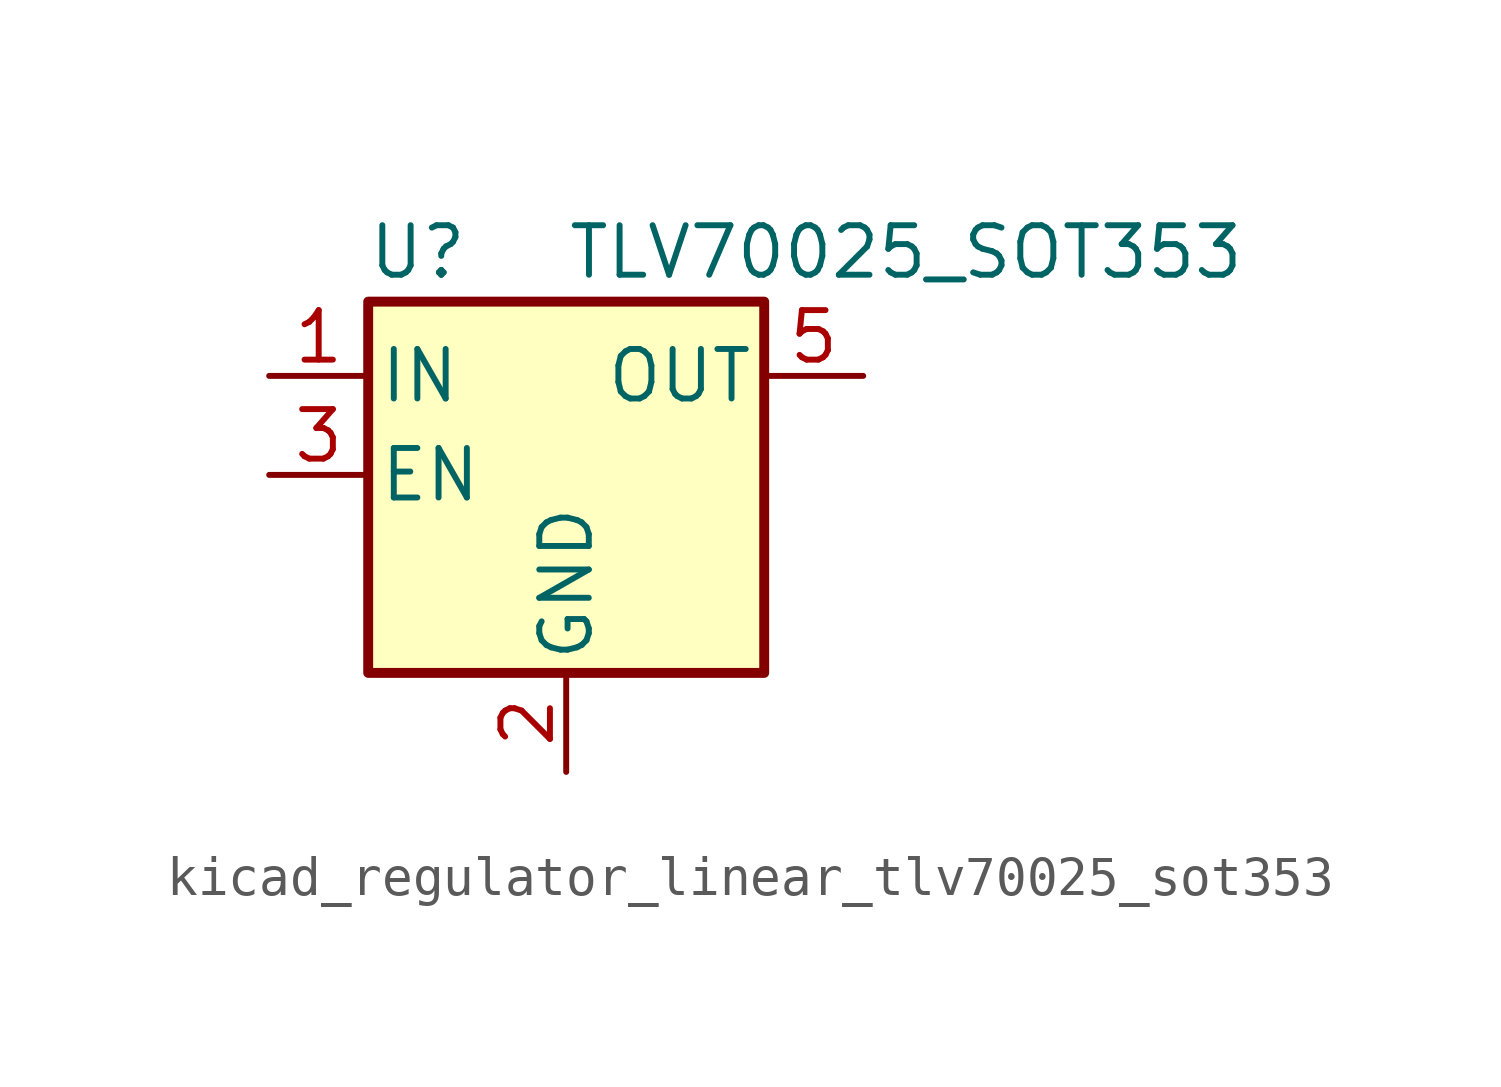
<source format=kicad_sym>
(kicad_symbol_lib
  (version 20220914)
  (generator kicad_symbol_editor)
  (symbol "kicad_regulator_linear_tlv70025_sot353"
    (pin_names
      (offset 0.254))
    (property "Reference" "U"
      (at -3.81 5.715 0)
      (effects (font (size 1.27 1.27))))
    (property "Value" "TLV70025_SOT353"
      (at 0 5.715 0)
      (effects (font (size 1.27 1.27)) (justify left)))
    (symbol "kicad_regulator_linear_tlv70025_sot353_0_1"
      (rectangle (start -5.08 4.445) (end 5.08 -5.08) (stroke (width 0.254) (type default)) (fill (type background))))
    (symbol "kicad_regulator_linear_tlv70025_sot353_1_1"
      (pin power_in line (at -7.62 2.54 0) (length 2.54) (name "IN" (effects (font (size 1.27 1.27)))) (number "1" (effects (font (size 1.27 1.27)))))
      (pin power_in line (at 0 -7.62 90) (length 2.54) (name "GND" (effects (font (size 1.27 1.27)))) (number "2" (effects (font (size 1.27 1.27)))))
      (pin input line (at -7.62 0 0) (length 2.54) (name "EN" (effects (font (size 1.27 1.27)))) (number "3" (effects (font (size 1.27 1.27)))))
      (pin no_connect line (at 5.08 0 180) (length 2.54) hide (name "NC" (effects (font (size 1.27 1.27)))) (number "4" (effects (font (size 1.27 1.27)))))
      (pin power_out line (at 7.62 2.54 180) (length 2.54) (name "OUT" (effects (font (size 1.27 1.27)))) (number "5" (effects (font (size 1.27 1.27))))))))
</source>
